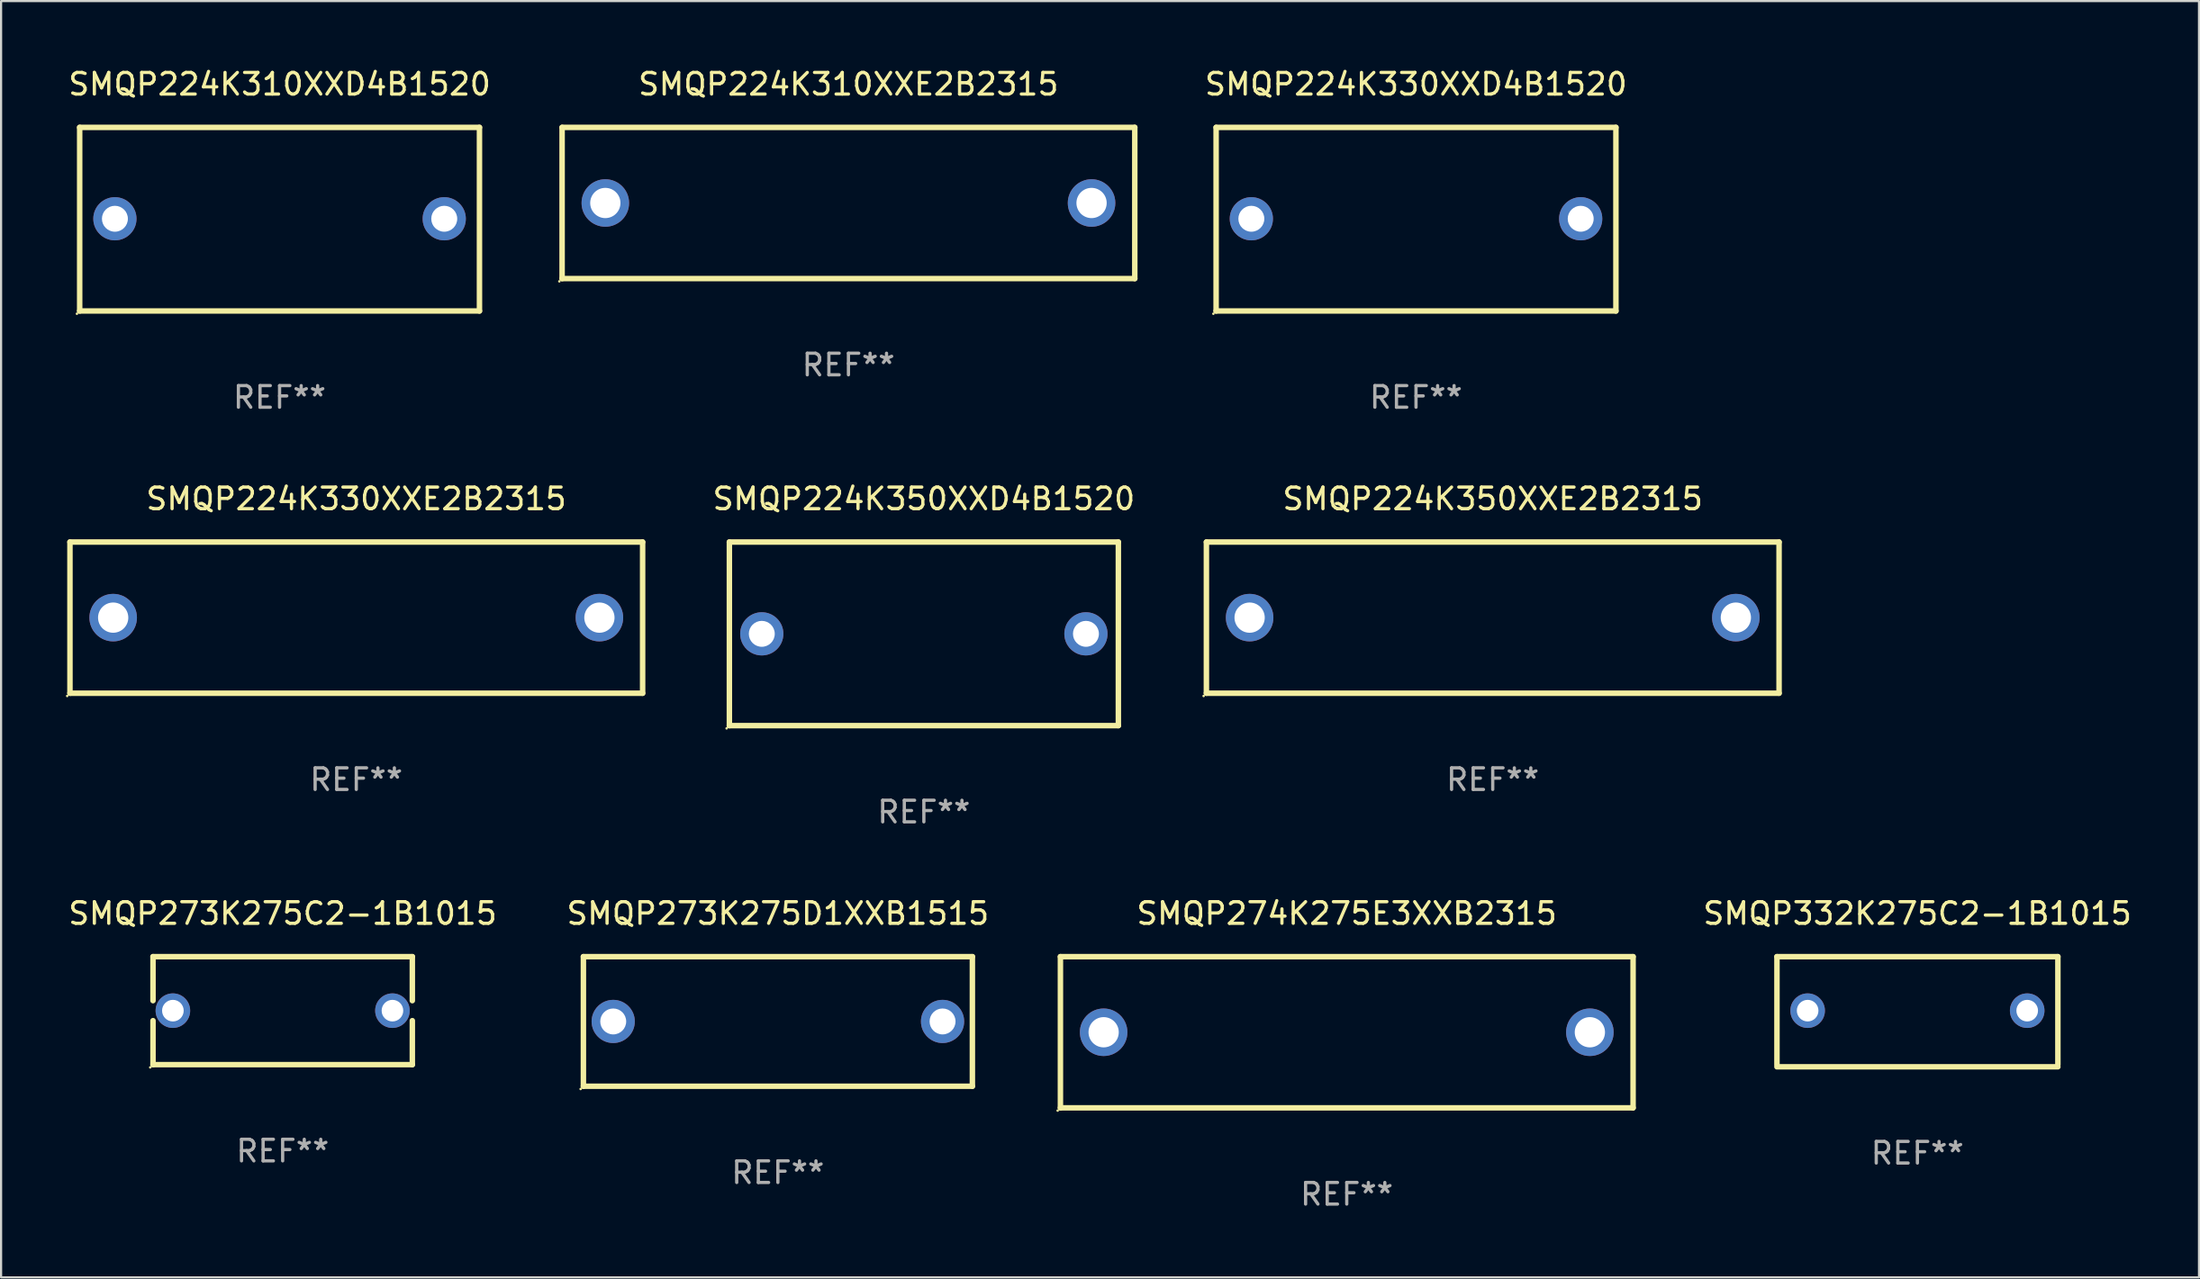
<source format=kicad_pcb>
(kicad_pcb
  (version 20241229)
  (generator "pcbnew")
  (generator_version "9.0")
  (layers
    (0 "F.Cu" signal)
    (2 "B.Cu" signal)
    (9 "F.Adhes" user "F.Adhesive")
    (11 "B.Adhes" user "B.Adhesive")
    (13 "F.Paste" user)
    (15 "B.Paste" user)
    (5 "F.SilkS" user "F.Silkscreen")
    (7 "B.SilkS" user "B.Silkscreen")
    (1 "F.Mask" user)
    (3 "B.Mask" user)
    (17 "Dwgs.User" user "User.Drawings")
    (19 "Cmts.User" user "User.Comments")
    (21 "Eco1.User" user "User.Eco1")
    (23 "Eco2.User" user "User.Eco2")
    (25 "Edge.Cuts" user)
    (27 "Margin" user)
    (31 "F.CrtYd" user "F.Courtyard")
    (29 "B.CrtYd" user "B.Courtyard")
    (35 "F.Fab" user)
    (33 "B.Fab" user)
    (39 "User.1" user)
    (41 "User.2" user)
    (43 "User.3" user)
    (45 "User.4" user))
  (footprint "SMQP224K330XXE2B2315"
    (layer "F.Cu")
    (at 13.437 25.545)
    (property "Reference" "SMQP224K330XXE2B2315" (at 0 -5.5 0) (layer "F.SilkS") (effects (font (size 1 1) (thickness 0.15))))
    (attr through_hole)
    (fp_line (start -13.25 -3.5) (end 13.25 -3.5) (stroke (width 0.254) (type solid)) (layer "F.SilkS"))
    (fp_line (start -13.25 3.5) (end -13.25 -3.5) (stroke (width 0.254) (type solid)) (layer "F.SilkS"))
    (fp_line (start 13.25 -3.5) (end 13.25 3.5) (stroke (width 0.254) (type solid)) (layer "F.SilkS"))
    (fp_line (start 13.25 3.5) (end -13.25 3.5) (stroke (width 0.254) (type solid)) (layer "F.SilkS"))
    (fp_circle (center -13.377 3.627) (end -13.347 3.627) (stroke (width 0.06) (type solid)) (fill no) (layer "F.SilkS"))
    (fp_text user "REF**" (at 0 7.5 0) (layer "F.Fab") (effects (font (size 1 1) (thickness 0.15))))
    (pad "1" thru_hole circle (at -11.25 0) (size 2.2 2.2) (drill 1.4) (layers "*.Cu" "*.Mask"))
    (pad "2" thru_hole circle (at 11.25 0) (size 2.2 2.2) (drill 1.4) (layers "*.Cu" "*.Mask")))
  (footprint "SMQP273K275D1XXB1515"
    (layer "F.Cu")
    (at 32.946 44.241)
    (property "Reference" "SMQP273K275D1XXB1515" (at 0 -5 0) (layer "F.SilkS") (effects (font (size 1 1) (thickness 0.15))))
    (attr through_hole)
    (fp_line (start -9 -3) (end 9 -3) (stroke (width 0.254) (type solid)) (layer "F.SilkS"))
    (fp_line (start -9 3) (end -9 -3) (stroke (width 0.254) (type solid)) (layer "F.SilkS"))
    (fp_line (start 9 -3) (end 9 3) (stroke (width 0.254) (type solid)) (layer "F.SilkS"))
    (fp_line (start 9 3) (end -9 3) (stroke (width 0.254) (type solid)) (layer "F.SilkS"))
    (fp_circle (center -9.127 3.127) (end -9.097 3.127) (stroke (width 0.06) (type solid)) (fill no) (layer "F.SilkS"))
    (fp_text user "REF**" (at 0 7 0) (layer "F.Fab") (effects (font (size 1 1) (thickness 0.15))))
    (pad "1" thru_hole circle (at -7.62 0) (size 2 2) (drill 1.2) (layers "*.Cu" "*.Mask"))
    (pad "2" thru_hole circle (at 7.62 0) (size 2 2) (drill 1.2) (layers "*.Cu" "*.Mask")))
  (footprint "SMQP224K330XXD4B1520"
    (layer "F.Cu")
    (at 62.475 7.098)
    (property "Reference" "SMQP224K330XXD4B1520" (at 0 -6.25 0) (layer "F.SilkS") (effects (font (size 1 1) (thickness 0.15))))
    (attr through_hole)
    (fp_line (start -9.25 -4.25) (end 9.25 -4.25) (stroke (width 0.254) (type solid)) (layer "F.SilkS"))
    (fp_line (start -9.25 4.25) (end -9.25 -4.25) (stroke (width 0.254) (type solid)) (layer "F.SilkS"))
    (fp_line (start 9.25 -4.25) (end 9.25 4.25) (stroke (width 0.254) (type solid)) (layer "F.SilkS"))
    (fp_line (start 9.25 4.25) (end -9.25 4.25) (stroke (width 0.254) (type solid)) (layer "F.SilkS"))
    (fp_circle (center -9.377 4.377) (end -9.347 4.377) (stroke (width 0.06) (type solid)) (fill no) (layer "F.SilkS"))
    (fp_text user "REF**" (at 0 8.25 0) (layer "F.Fab") (effects (font (size 1 1) (thickness 0.15))))
    (pad "1" thru_hole circle (at -7.62 -0.02) (size 2 2) (drill 1.2) (layers "*.Cu" "*.Mask"))
    (pad "2" thru_hole circle (at 7.62 -0.02) (size 2 2) (drill 1.2) (layers "*.Cu" "*.Mask")))
  (footprint "SMQP273K275C2-1B1015"
    (layer "F.Cu")
    (at 10.03 43.741)
    (property "Reference" "SMQP273K275C2-1B1015" (at 0 -4.5 0) (layer "F.SilkS") (effects (font (size 1 1) (thickness 0.15))))
    (attr through_hole)
    (fp_line (start -6 -2.5) (end 6 -2.5) (stroke (width 0.254) (type solid)) (layer "F.SilkS"))
    (fp_line (start -6 -0.463) (end -6 -2.5) (stroke (width 0.254) (type solid)) (layer "F.SilkS"))
    (fp_line (start -6 2.5) (end -6 0.463) (stroke (width 0.254) (type solid)) (layer "F.SilkS"))
    (fp_line (start 6 -2.5) (end 6 -0.463) (stroke (width 0.254) (type solid)) (layer "F.SilkS"))
    (fp_line (start 6 0.463) (end 6 2.5) (stroke (width 0.254) (type solid)) (layer "F.SilkS"))
    (fp_line (start 6 2.5) (end -6 2.5) (stroke (width 0.254) (type solid)) (layer "F.SilkS"))
    (fp_circle (center -6.127 2.627) (end -6.097 2.627) (stroke (width 0.06) (type solid)) (fill no) (layer "F.SilkS"))
    (fp_text user "REF**" (at 0 6.5 0) (layer "F.Fab") (effects (font (size 1 1) (thickness 0.15))))
    (pad "1" thru_hole circle (at -5.08 0) (size 1.6 1.6) (drill 1) (layers "*.Cu" "*.Mask"))
    (pad "2" thru_hole circle (at 5.08 0) (size 1.6 1.6) (drill 1) (layers "*.Cu" "*.Mask")))
  (footprint "SMQP224K310XXD4B1520"
    (layer "F.Cu")
    (at 9.887 7.098)
    (property "Reference" "SMQP224K310XXD4B1520" (at 0 -6.25 0) (layer "F.SilkS") (effects (font (size 1 1) (thickness 0.15))))
    (attr through_hole)
    (fp_line (start -9.25 -4.25) (end 9.25 -4.25) (stroke (width 0.254) (type solid)) (layer "F.SilkS"))
    (fp_line (start -9.25 4.25) (end -9.25 -4.25) (stroke (width 0.254) (type solid)) (layer "F.SilkS"))
    (fp_line (start 9.25 -4.25) (end 9.25 4.25) (stroke (width 0.254) (type solid)) (layer "F.SilkS"))
    (fp_line (start 9.25 4.25) (end -9.25 4.25) (stroke (width 0.254) (type solid)) (layer "F.SilkS"))
    (fp_circle (center -9.377 4.377) (end -9.347 4.377) (stroke (width 0.06) (type solid)) (fill no) (layer "F.SilkS"))
    (fp_text user "REF**" (at 0 8.25 0) (layer "F.Fab") (effects (font (size 1 1) (thickness 0.15))))
    (pad "1" thru_hole circle (at -7.62 -0.02) (size 2 2) (drill 1.2) (layers "*.Cu" "*.Mask"))
    (pad "2" thru_hole circle (at 7.62 -0.02) (size 2 2) (drill 1.2) (layers "*.Cu" "*.Mask")))
  (footprint "SMQP332K275C2-1B1015"
    (layer "F.Cu")
    (at 85.677 43.791)
    (property "Reference" "SMQP332K275C2-1B1015" (at 0 -4.55 0) (layer "F.SilkS") (effects (font (size 1 1) (thickness 0.15))))
    (attr through_hole)
    (fp_line (start -6.5 -2.55) (end 6.5 -2.55) (stroke (width 0.254) (type solid)) (layer "F.SilkS"))
    (fp_line (start -6.5 2.45) (end -6.5 -2.55) (stroke (width 0.254) (type solid)) (layer "F.SilkS"))
    (fp_line (start 6.5 -2.55) (end 6.5 2.45) (stroke (width 0.254) (type solid)) (layer "F.SilkS"))
    (fp_line (start 6.5 2.55) (end -6.5 2.55) (stroke (width 0.254) (type solid)) (layer "F.SilkS"))
    (fp_circle (center -6.5 2.45) (end -6.47 2.45) (stroke (width 0.06) (type solid)) (fill no) (layer "F.SilkS"))
    (fp_text user "REF**" (at 0 6.55 0) (layer "F.Fab") (effects (font (size 1 1) (thickness 0.15))))
    (pad "1" thru_hole circle (at -5.08 -0.05) (size 1.6 1.6) (drill 1) (layers "*.Cu" "*.Mask"))
    (pad "2" thru_hole circle (at 5.08 -0.05) (size 1.6 1.6) (drill 1) (layers "*.Cu" "*.Mask")))
  (footprint "SMQP224K310XXE2B2315"
    (layer "F.Cu")
    (at 36.211 6.348)
    (property "Reference" "SMQP224K310XXE2B2315" (at 0 -5.5 0) (layer "F.SilkS") (effects (font (size 1 1) (thickness 0.15))))
    (attr through_hole)
    (fp_line (start -13.25 -3.5) (end 13.25 -3.5) (stroke (width 0.254) (type solid)) (layer "F.SilkS"))
    (fp_line (start -13.25 3.5) (end -13.25 -3.5) (stroke (width 0.254) (type solid)) (layer "F.SilkS"))
    (fp_line (start 13.25 -3.5) (end 13.25 3.5) (stroke (width 0.254) (type solid)) (layer "F.SilkS"))
    (fp_line (start 13.25 3.5) (end -13.25 3.5) (stroke (width 0.254) (type solid)) (layer "F.SilkS"))
    (fp_circle (center -13.377 3.627) (end -13.347 3.627) (stroke (width 0.06) (type solid)) (fill no) (layer "F.SilkS"))
    (fp_text user "REF**" (at 0 7.5 0) (layer "F.Fab") (effects (font (size 1 1) (thickness 0.15))))
    (pad "1" thru_hole circle (at -11.25 0) (size 2.2 2.2) (drill 1.4) (layers "*.Cu" "*.Mask"))
    (pad "2" thru_hole circle (at 11.25 0) (size 2.2 2.2) (drill 1.4) (layers "*.Cu" "*.Mask")))
  (footprint "SMQP224K350XXE2B2315"
    (layer "F.Cu")
    (at 66.025 25.545)
    (property "Reference" "SMQP224K350XXE2B2315" (at 0 -5.5 0) (layer "F.SilkS") (effects (font (size 1 1) (thickness 0.15))))
    (attr through_hole)
    (fp_line (start -13.25 -3.5) (end 13.25 -3.5) (stroke (width 0.254) (type solid)) (layer "F.SilkS"))
    (fp_line (start -13.25 3.5) (end -13.25 -3.5) (stroke (width 0.254) (type solid)) (layer "F.SilkS"))
    (fp_line (start 13.25 -3.5) (end 13.25 3.5) (stroke (width 0.254) (type solid)) (layer "F.SilkS"))
    (fp_line (start 13.25 3.5) (end -13.25 3.5) (stroke (width 0.254) (type solid)) (layer "F.SilkS"))
    (fp_circle (center -13.377 3.627) (end -13.347 3.627) (stroke (width 0.06) (type solid)) (fill no) (layer "F.SilkS"))
    (fp_text user "REF**" (at 0 7.5 0) (layer "F.Fab") (effects (font (size 1 1) (thickness 0.15))))
    (pad "1" thru_hole circle (at -11.25 0) (size 2.2 2.2) (drill 1.4) (layers "*.Cu" "*.Mask"))
    (pad "2" thru_hole circle (at 11.25 0) (size 2.2 2.2) (drill 1.4) (layers "*.Cu" "*.Mask")))
  (footprint "SMQP224K350XXD4B1520"
    (layer "F.Cu")
    (at 39.701 26.295)
    (property "Reference" "SMQP224K350XXD4B1520" (at 0 -6.25 0) (layer "F.SilkS") (effects (font (size 1 1) (thickness 0.15))))
    (attr through_hole)
    (fp_line (start -9 -4.25) (end -9 4.25) (stroke (width 0.254) (type solid)) (layer "F.SilkS"))
    (fp_line (start -9 -4.25) (end 9 -4.25) (stroke (width 0.254) (type solid)) (layer "F.SilkS"))
    (fp_line (start 9 4.25) (end -9 4.25) (stroke (width 0.254) (type solid)) (layer "F.SilkS"))
    (fp_line (start 9 4.25) (end 9 -4.25) (stroke (width 0.254) (type solid)) (layer "F.SilkS"))
    (fp_circle (center -9.127 4.377) (end -9.097 4.377) (stroke (width 0.06) (type solid)) (fill no) (layer "F.SilkS"))
    (fp_text user "REF**" (at 0 8.25 0) (layer "F.Fab") (effects (font (size 1 1) (thickness 0.15))))
    (pad "1" thru_hole circle (at -7.5 0) (size 2 2) (drill 1.2) (layers "*.Cu" "*.Mask"))
    (pad "2" thru_hole circle (at 7.5 0) (size 2 2) (drill 1.2) (layers "*.Cu" "*.Mask")))
  (footprint "SMQP274K275E3XXB2315"
    (layer "F.Cu")
    (at 59.27 44.741)
    (property "Reference" "SMQP274K275E3XXB2315" (at 0 -5.5 0) (layer "F.SilkS") (effects (font (size 1 1) (thickness 0.15))))
    (attr through_hole)
    (fp_line (start -13.25 -3.5) (end 13.25 -3.5) (stroke (width 0.254) (type solid)) (layer "F.SilkS"))
    (fp_line (start -13.25 3.5) (end -13.25 -3.5) (stroke (width 0.254) (type solid)) (layer "F.SilkS"))
    (fp_line (start 13.25 -3.5) (end 13.25 3.5) (stroke (width 0.254) (type solid)) (layer "F.SilkS"))
    (fp_line (start 13.25 3.5) (end -13.25 3.5) (stroke (width 0.254) (type solid)) (layer "F.SilkS"))
    (fp_circle (center -13.377 3.627) (end -13.347 3.627) (stroke (width 0.06) (type solid)) (fill no) (layer "F.SilkS"))
    (fp_text user "REF**" (at 0 7.5 0) (layer "F.Fab") (effects (font (size 1 1) (thickness 0.15))))
    (pad "1" thru_hole circle (at -11.25 0) (size 2.2 2.2) (drill 1.4) (layers "*.Cu" "*.Mask"))
    (pad "2" thru_hole circle (at 11.25 0) (size 2.2 2.2) (drill 1.4) (layers "*.Cu" "*.Mask")))
  (gr_rect
    (start -3 -3)
    (end 98.707 56.09)
    (stroke (width 0.1) (type default))
    (fill no)
    (layer "Edge.Cuts")))
</source>
